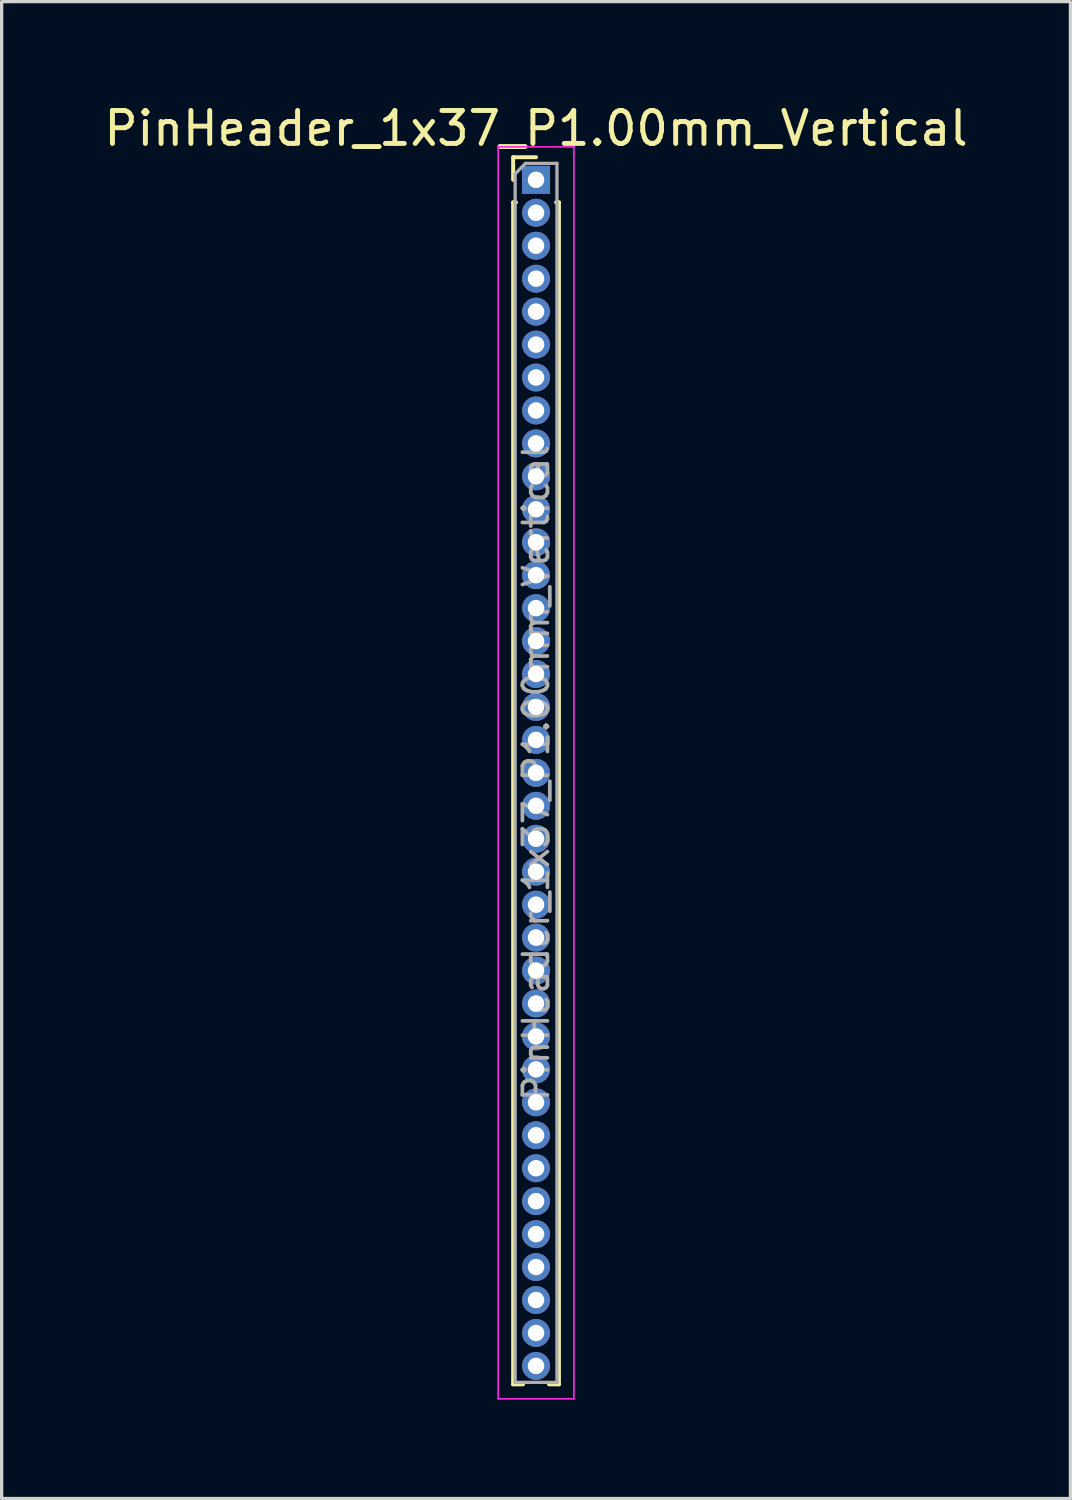
<source format=kicad_pcb>
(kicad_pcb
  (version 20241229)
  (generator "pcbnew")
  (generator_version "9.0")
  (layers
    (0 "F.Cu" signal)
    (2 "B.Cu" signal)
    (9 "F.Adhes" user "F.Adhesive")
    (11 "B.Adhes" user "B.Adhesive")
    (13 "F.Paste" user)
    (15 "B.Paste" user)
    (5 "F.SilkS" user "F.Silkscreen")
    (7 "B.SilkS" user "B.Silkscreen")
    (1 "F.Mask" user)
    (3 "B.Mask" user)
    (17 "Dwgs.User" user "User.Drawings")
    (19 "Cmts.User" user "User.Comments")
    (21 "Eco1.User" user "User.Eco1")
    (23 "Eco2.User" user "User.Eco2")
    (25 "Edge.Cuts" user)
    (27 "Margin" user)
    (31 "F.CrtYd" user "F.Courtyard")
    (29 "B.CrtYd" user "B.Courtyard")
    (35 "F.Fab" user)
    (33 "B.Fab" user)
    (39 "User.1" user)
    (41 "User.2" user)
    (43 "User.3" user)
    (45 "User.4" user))
  (footprint "PinHeader_1x37_P1.00mm_Vertical"
    (layer "F.Cu")
    (at 13.22 2.408)
    (property "Reference" "PinHeader_1x37_P1.00mm_Vertical" (at 0 -1.56 0) (layer "F.SilkS") (effects (font (size 1 1) (thickness 0.15))))
    (attr through_hole)
    (fp_line (start -0.695 -0.685) (end 0 -0.685) (stroke (width 0.12) (type solid)) (layer "F.SilkS"))
    (fp_line (start -0.695 0) (end -0.695 -0.685) (stroke (width 0.12) (type solid)) (layer "F.SilkS"))
    (fp_line (start -0.695 0.685) (end -0.695 36.56) (stroke (width 0.12) (type solid)) (layer "F.SilkS"))
    (fp_line (start -0.695 0.685) (end -0.608 0.685) (stroke (width 0.12) (type solid)) (layer "F.SilkS"))
    (fp_line (start -0.695 36.56) (end -0.394 36.56) (stroke (width 0.12) (type solid)) (layer "F.SilkS"))
    (fp_line (start 0.394 36.56) (end 0.695 36.56) (stroke (width 0.12) (type solid)) (layer "F.SilkS"))
    (fp_line (start 0.608 0.685) (end 0.695 0.685) (stroke (width 0.12) (type solid)) (layer "F.SilkS"))
    (fp_line (start 0.695 0.685) (end 0.695 36.56) (stroke (width 0.12) (type solid)) (layer "F.SilkS"))
    (fp_line (start -1.15 -1) (end -1.15 37) (stroke (width 0.05) (type solid)) (layer "F.CrtYd"))
    (fp_line (start -1.15 37) (end 1.15 37) (stroke (width 0.05) (type solid)) (layer "F.CrtYd"))
    (fp_line (start 1.15 -1) (end -1.15 -1) (stroke (width 0.05) (type solid)) (layer "F.CrtYd"))
    (fp_line (start 1.15 37) (end 1.15 -1) (stroke (width 0.05) (type solid)) (layer "F.CrtYd"))
    (fp_line (start -0.635 -0.182) (end -0.318 -0.5) (stroke (width 0.1) (type solid)) (layer "F.Fab"))
    (fp_line (start -0.635 36.5) (end -0.635 -0.182) (stroke (width 0.1) (type solid)) (layer "F.Fab"))
    (fp_line (start -0.318 -0.5) (end 0.635 -0.5) (stroke (width 0.1) (type solid)) (layer "F.Fab"))
    (fp_line (start 0.635 -0.5) (end 0.635 36.5) (stroke (width 0.1) (type solid)) (layer "F.Fab"))
    (fp_line (start 0.635 36.5) (end -0.635 36.5) (stroke (width 0.1) (type solid)) (layer "F.Fab"))
    (fp_text user "${REFERENCE}" (at 0 18 90) (layer "F.Fab") (effects (font (size 0.76 0.76) (thickness 0.114))))
    (pad "1" thru_hole rect (at 0 0) (size 0.85 0.85) (drill 0.5) (layers "*.Cu" "*.Mask"))
    (pad "2" thru_hole oval (at 0 1) (size 0.85 0.85) (drill 0.5) (layers "*.Cu" "*.Mask"))
    (pad "3" thru_hole oval (at 0 2) (size 0.85 0.85) (drill 0.5) (layers "*.Cu" "*.Mask"))
    (pad "4" thru_hole oval (at 0 3) (size 0.85 0.85) (drill 0.5) (layers "*.Cu" "*.Mask"))
    (pad "5" thru_hole oval (at 0 4) (size 0.85 0.85) (drill 0.5) (layers "*.Cu" "*.Mask"))
    (pad "6" thru_hole oval (at 0 5) (size 0.85 0.85) (drill 0.5) (layers "*.Cu" "*.Mask"))
    (pad "7" thru_hole oval (at 0 6) (size 0.85 0.85) (drill 0.5) (layers "*.Cu" "*.Mask"))
    (pad "8" thru_hole oval (at 0 7) (size 0.85 0.85) (drill 0.5) (layers "*.Cu" "*.Mask"))
    (pad "9" thru_hole oval (at 0 8) (size 0.85 0.85) (drill 0.5) (layers "*.Cu" "*.Mask"))
    (pad "10" thru_hole oval (at 0 9) (size 0.85 0.85) (drill 0.5) (layers "*.Cu" "*.Mask"))
    (pad "11" thru_hole oval (at 0 10) (size 0.85 0.85) (drill 0.5) (layers "*.Cu" "*.Mask"))
    (pad "12" thru_hole oval (at 0 11) (size 0.85 0.85) (drill 0.5) (layers "*.Cu" "*.Mask"))
    (pad "13" thru_hole oval (at 0 12) (size 0.85 0.85) (drill 0.5) (layers "*.Cu" "*.Mask"))
    (pad "14" thru_hole oval (at 0 13) (size 0.85 0.85) (drill 0.5) (layers "*.Cu" "*.Mask"))
    (pad "15" thru_hole oval (at 0 14) (size 0.85 0.85) (drill 0.5) (layers "*.Cu" "*.Mask"))
    (pad "16" thru_hole oval (at 0 15) (size 0.85 0.85) (drill 0.5) (layers "*.Cu" "*.Mask"))
    (pad "17" thru_hole oval (at 0 16) (size 0.85 0.85) (drill 0.5) (layers "*.Cu" "*.Mask"))
    (pad "18" thru_hole oval (at 0 17) (size 0.85 0.85) (drill 0.5) (layers "*.Cu" "*.Mask"))
    (pad "19" thru_hole oval (at 0 18) (size 0.85 0.85) (drill 0.5) (layers "*.Cu" "*.Mask"))
    (pad "20" thru_hole oval (at 0 19) (size 0.85 0.85) (drill 0.5) (layers "*.Cu" "*.Mask"))
    (pad "21" thru_hole oval (at 0 20) (size 0.85 0.85) (drill 0.5) (layers "*.Cu" "*.Mask"))
    (pad "22" thru_hole oval (at 0 21) (size 0.85 0.85) (drill 0.5) (layers "*.Cu" "*.Mask"))
    (pad "23" thru_hole oval (at 0 22) (size 0.85 0.85) (drill 0.5) (layers "*.Cu" "*.Mask"))
    (pad "24" thru_hole oval (at 0 23) (size 0.85 0.85) (drill 0.5) (layers "*.Cu" "*.Mask"))
    (pad "25" thru_hole oval (at 0 24) (size 0.85 0.85) (drill 0.5) (layers "*.Cu" "*.Mask"))
    (pad "26" thru_hole oval (at 0 25) (size 0.85 0.85) (drill 0.5) (layers "*.Cu" "*.Mask"))
    (pad "27" thru_hole oval (at 0 26) (size 0.85 0.85) (drill 0.5) (layers "*.Cu" "*.Mask"))
    (pad "28" thru_hole oval (at 0 27) (size 0.85 0.85) (drill 0.5) (layers "*.Cu" "*.Mask"))
    (pad "29" thru_hole oval (at 0 28) (size 0.85 0.85) (drill 0.5) (layers "*.Cu" "*.Mask"))
    (pad "30" thru_hole oval (at 0 29) (size 0.85 0.85) (drill 0.5) (layers "*.Cu" "*.Mask"))
    (pad "31" thru_hole oval (at 0 30) (size 0.85 0.85) (drill 0.5) (layers "*.Cu" "*.Mask"))
    (pad "32" thru_hole oval (at 0 31) (size 0.85 0.85) (drill 0.5) (layers "*.Cu" "*.Mask"))
    (pad "33" thru_hole oval (at 0 32) (size 0.85 0.85) (drill 0.5) (layers "*.Cu" "*.Mask"))
    (pad "34" thru_hole oval (at 0 33) (size 0.85 0.85) (drill 0.5) (layers "*.Cu" "*.Mask"))
    (pad "35" thru_hole oval (at 0 34) (size 0.85 0.85) (drill 0.5) (layers "*.Cu" "*.Mask"))
    (pad "36" thru_hole oval (at 0 35) (size 0.85 0.85) (drill 0.5) (layers "*.Cu" "*.Mask"))
    (pad "37" thru_hole oval (at 0 36) (size 0.85 0.85) (drill 0.5) (layers "*.Cu" "*.Mask")))
  (gr_rect
    (start -3 -3)
    (end 29.44 42.433)
    (stroke (width 0.1) (type default))
    (fill no)
    (layer "Edge.Cuts")))
</source>
